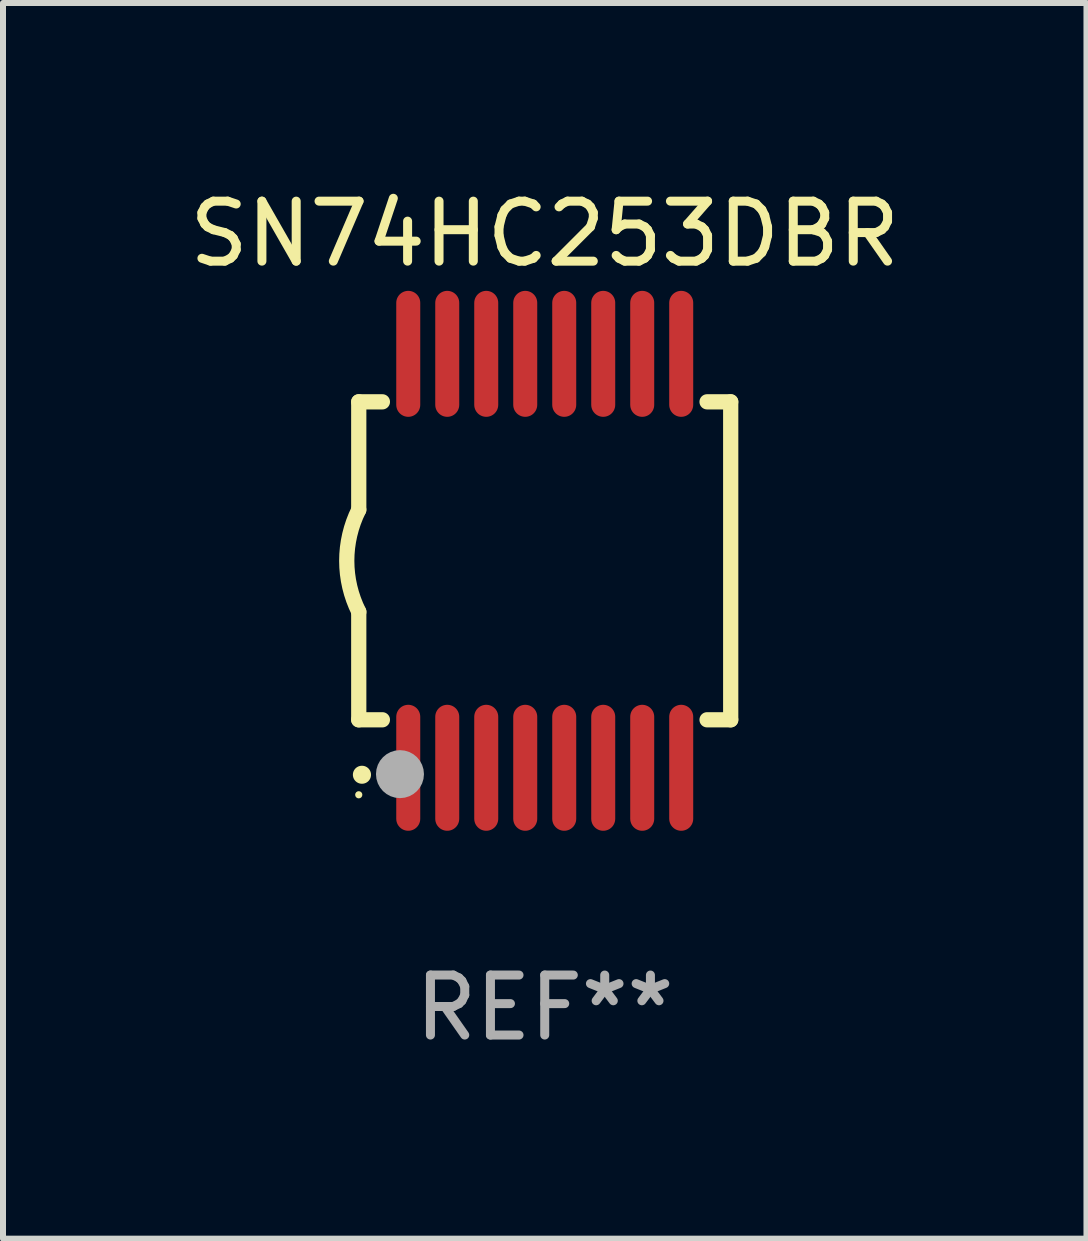
<source format=kicad_pcb>
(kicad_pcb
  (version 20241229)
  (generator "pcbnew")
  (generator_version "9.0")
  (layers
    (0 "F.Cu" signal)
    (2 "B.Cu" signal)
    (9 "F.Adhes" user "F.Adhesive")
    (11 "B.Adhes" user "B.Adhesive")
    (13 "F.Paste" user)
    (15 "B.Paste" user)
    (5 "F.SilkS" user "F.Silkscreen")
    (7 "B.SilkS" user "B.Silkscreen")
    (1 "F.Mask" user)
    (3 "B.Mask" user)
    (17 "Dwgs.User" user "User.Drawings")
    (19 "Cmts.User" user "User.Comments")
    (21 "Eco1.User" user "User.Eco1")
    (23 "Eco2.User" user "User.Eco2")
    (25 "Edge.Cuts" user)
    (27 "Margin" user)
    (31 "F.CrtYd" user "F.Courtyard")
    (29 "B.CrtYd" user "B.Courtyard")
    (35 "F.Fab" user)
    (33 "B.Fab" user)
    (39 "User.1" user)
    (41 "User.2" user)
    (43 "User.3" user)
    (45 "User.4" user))
  (footprint "SN74HC253DBR"
    (layer "F.Cu")
    (at 6.03 6.298)
    (property "Reference" "SN74HC253DBR" (at 0 -5.45 0) (layer "F.SilkS") (effects (font (size 1 1) (thickness 0.15))))
    (attr through_hole)
    (fp_line (start -3.1 -2.65) (end -3.1 -0.85) (stroke (width 0.254) (type solid)) (layer "F.SilkS"))
    (fp_line (start -3.1 -2.65) (end -2.706 -2.65) (stroke (width 0.254) (type solid)) (layer "F.SilkS"))
    (fp_line (start -3.1 2.65) (end -3.1 0.85) (stroke (width 0.254) (type solid)) (layer "F.SilkS"))
    (fp_line (start -3.1 2.65) (end -2.706 2.65) (stroke (width 0.254) (type solid)) (layer "F.SilkS"))
    (fp_line (start 2.706 -2.65) (end 3.1 -2.65) (stroke (width 0.254) (type solid)) (layer "F.SilkS"))
    (fp_line (start 2.706 2.65) (end 3.1 2.65) (stroke (width 0.254) (type solid)) (layer "F.SilkS"))
    (fp_line (start 3.1 -2.65) (end 3.1 2.65) (stroke (width 0.254) (type solid)) (layer "F.SilkS"))
    (fp_arc (start -3.098907 0.850902) (mid -3.300057 0.000523) (end -3.1 -0.850114) (stroke (width 0.254001) (type solid)) (layer "F.SilkS"))
    (fp_arc (start -3.048006 3.566066) (mid -3.046736 3.566061) (end -3.045466 3.566066) (stroke (width 0.3) (type solid)) (layer "F.SilkS"))
    (fp_circle (center -3.1 3.9) (end -3.07 3.9) (stroke (width 0.06) (type solid)) (fill no) (layer "F.SilkS"))
    (fp_circle (center -2.413 3.556) (end -2.213 3.556) (stroke (width 0.4) (type solid)) (fill no) (layer "F.Fab"))
    (fp_text user "REF**" (at 0 7.45 0) (layer "F.Fab") (effects (font (size 1 1) (thickness 0.15))))
    (pad "1" smd oval (at -2.275 3.45 180) (size 0.4 2.1) (layers "F.Cu" "F.Mask" "F.Paste"))
    (pad "2" smd oval (at -1.625 3.45 180) (size 0.4 2.1) (layers "F.Cu" "F.Mask" "F.Paste"))
    (pad "3" smd oval (at -0.975 3.45 180) (size 0.4 2.1) (layers "F.Cu" "F.Mask" "F.Paste"))
    (pad "4" smd oval (at -0.325 3.45 180) (size 0.4 2.1) (layers "F.Cu" "F.Mask" "F.Paste"))
    (pad "5" smd oval (at 0.325 3.45 180) (size 0.4 2.1) (layers "F.Cu" "F.Mask" "F.Paste"))
    (pad "6" smd oval (at 0.975 3.45 180) (size 0.4 2.1) (layers "F.Cu" "F.Mask" "F.Paste"))
    (pad "7" smd oval (at 1.625 3.45 180) (size 0.4 2.1) (layers "F.Cu" "F.Mask" "F.Paste"))
    (pad "8" smd oval (at 2.275 3.45 180) (size 0.4 2.1) (layers "F.Cu" "F.Mask" "F.Paste"))
    (pad "9" smd oval (at 2.275 -3.45 180) (size 0.4 2.1) (layers "F.Cu" "F.Mask" "F.Paste"))
    (pad "10" smd oval (at 1.625 -3.45 180) (size 0.4 2.1) (layers "F.Cu" "F.Mask" "F.Paste"))
    (pad "11" smd oval (at 0.975 -3.45 180) (size 0.4 2.1) (layers "F.Cu" "F.Mask" "F.Paste"))
    (pad "12" smd oval (at 0.325 -3.45 180) (size 0.4 2.1) (layers "F.Cu" "F.Mask" "F.Paste"))
    (pad "13" smd oval (at -0.325 -3.45 180) (size 0.4 2.1) (layers "F.Cu" "F.Mask" "F.Paste"))
    (pad "14" smd oval (at -0.975 -3.45 180) (size 0.4 2.1) (layers "F.Cu" "F.Mask" "F.Paste"))
    (pad "15" smd oval (at -1.625 -3.45 180) (size 0.4 2.1) (layers "F.Cu" "F.Mask" "F.Paste"))
    (pad "16" smd oval (at -2.275 -3.45 180) (size 0.4 2.1) (layers "F.Cu" "F.Mask" "F.Paste")))
  (gr_rect
    (start -3 -3)
    (end 15.06 17.597)
    (stroke (width 0.1) (type default))
    (fill no)
    (layer "Edge.Cuts")))
</source>
